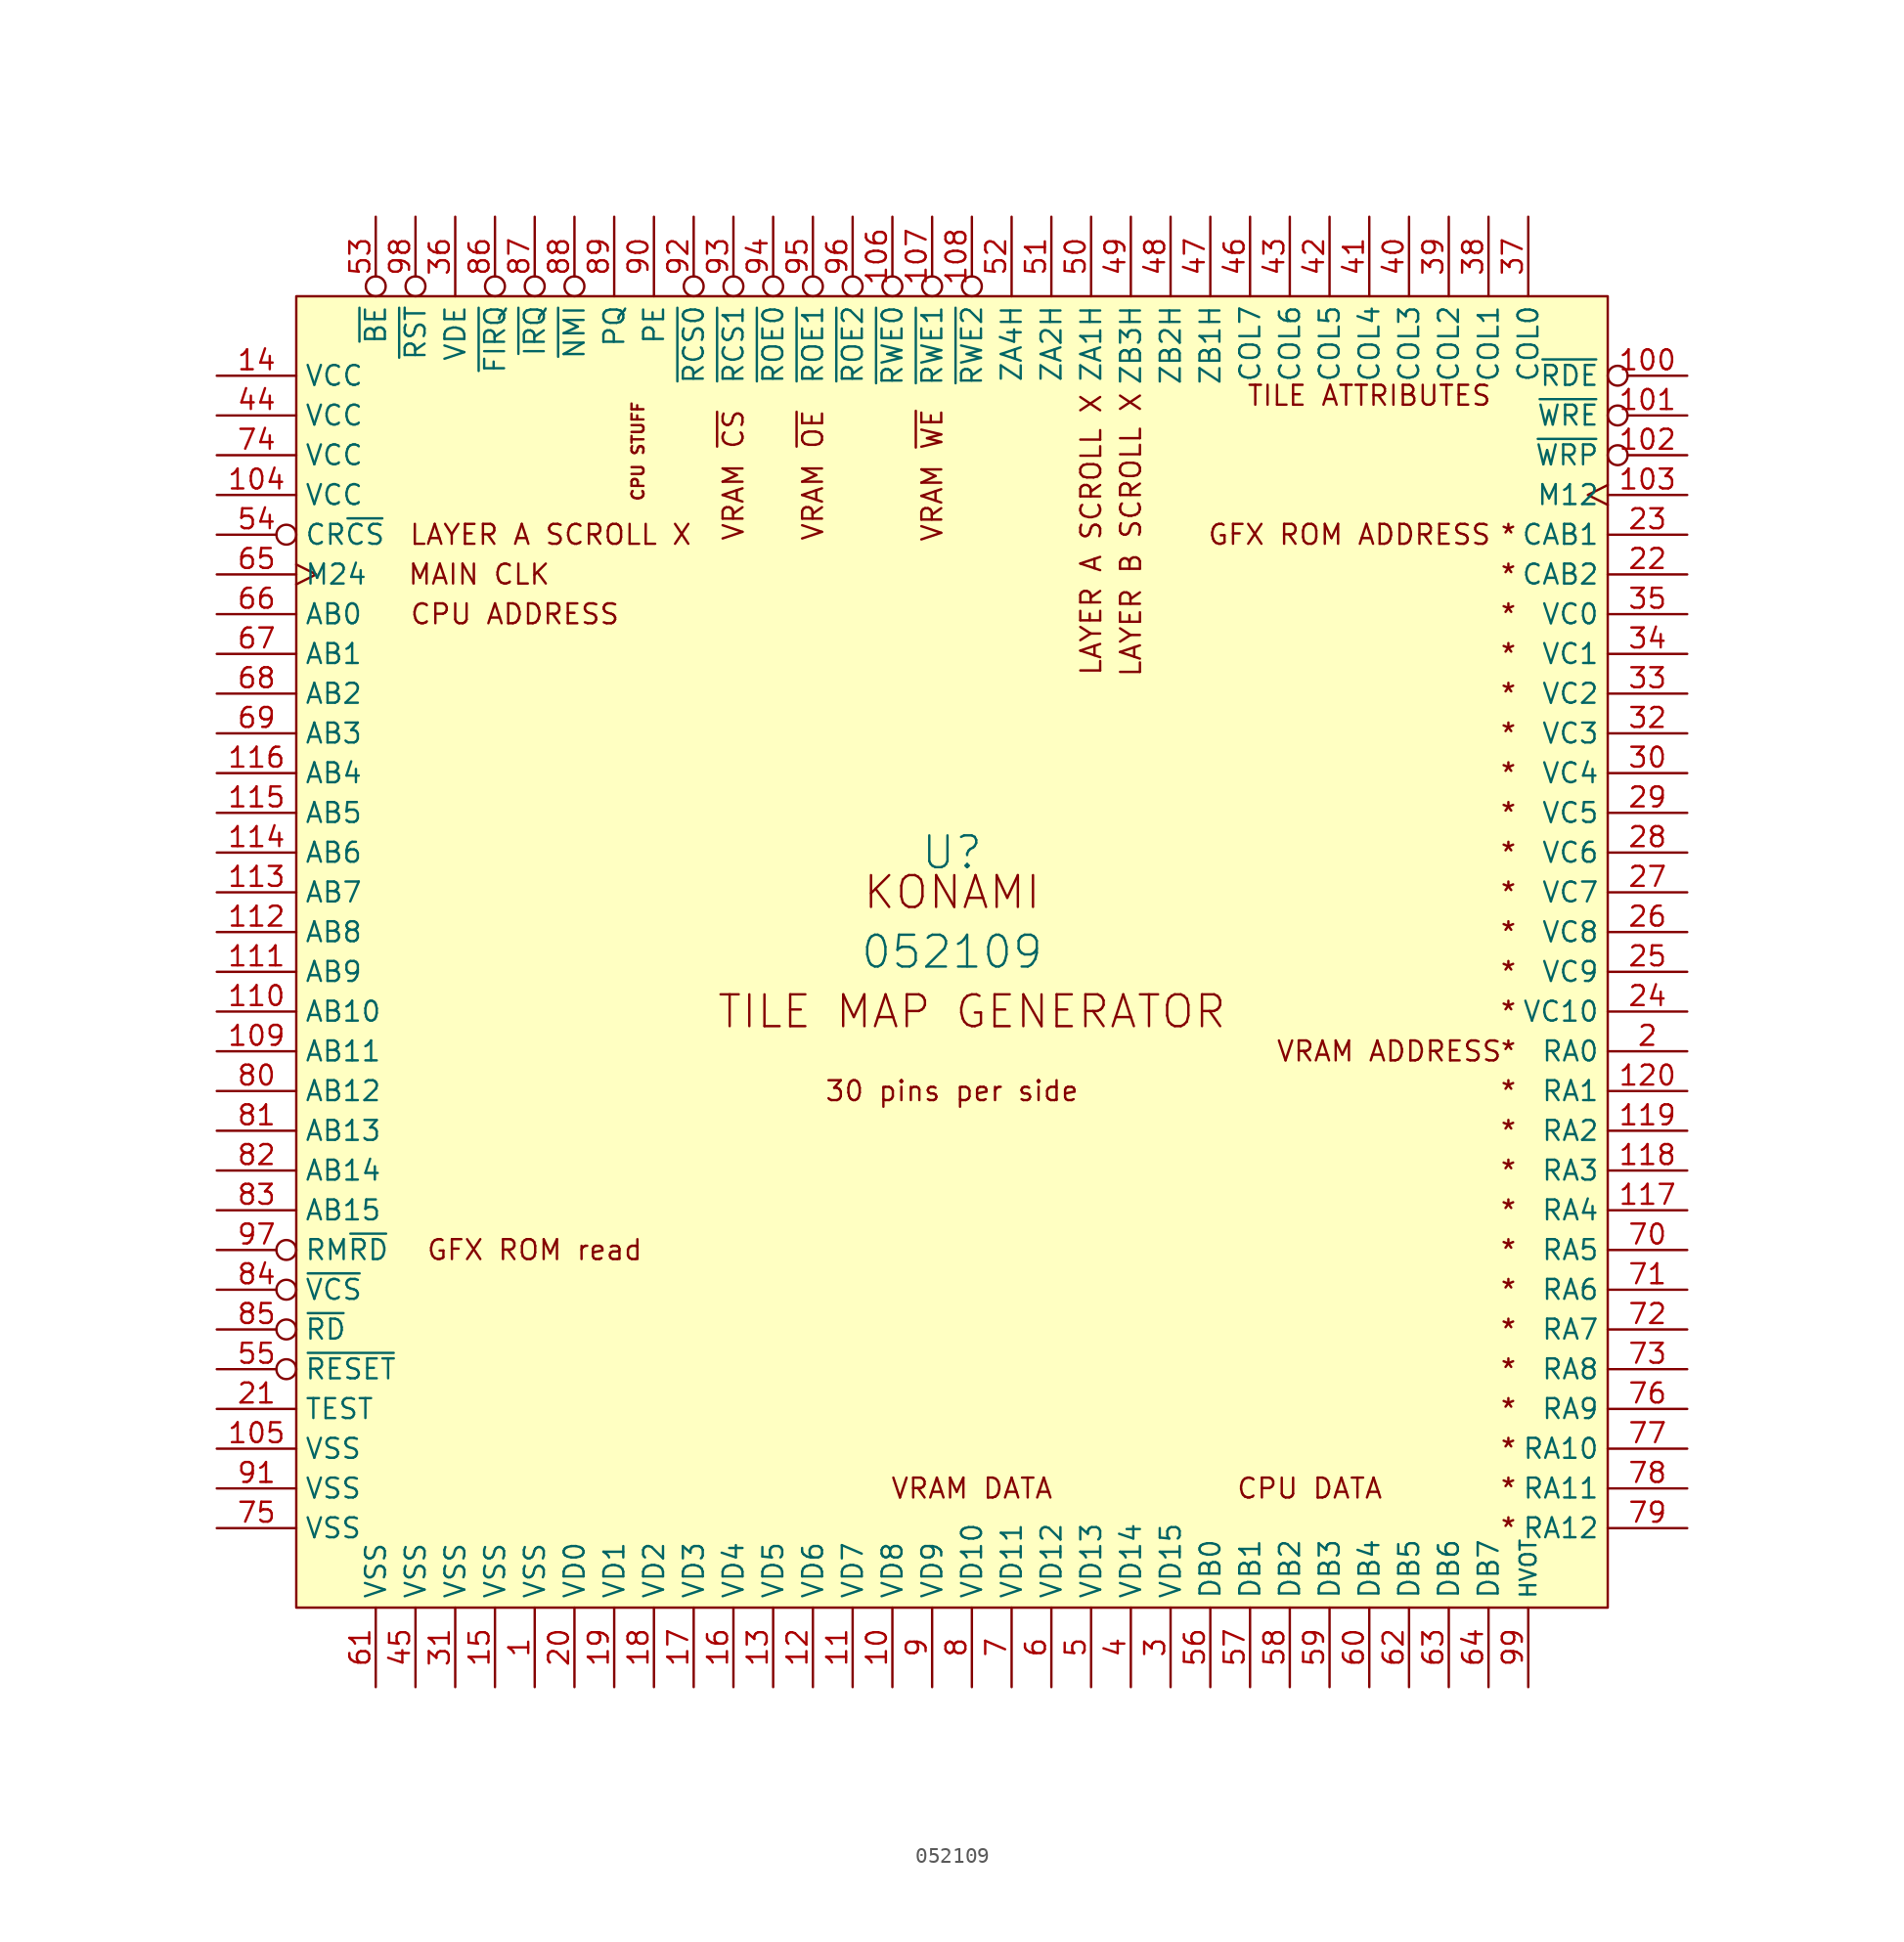
<source format=kicad_sym>
(kicad_symbol_lib
  (version 20231120)
  (generator "kicad_symbol_editor")
  (generator_version "8.0")
  (symbol "052109"
    (property "Reference" "U"
      (at 0 3.81 0)
      (effects (font (size 2.032 2.032))))
    (property "Value" "052109"
      (at 0 -2.54 0)
      (effects (font (size 2.032 2.032))))
    (symbol "052109_0_0"
      (text "*" (at 35.56 -39.37 0) (effects (font (size 1.27 1.27))))
      (text "*" (at 35.56 -36.83 0) (effects (font (size 1.27 1.27))))
      (text "*" (at 35.56 -34.29 0) (effects (font (size 1.27 1.27))))
      (text "*" (at 35.56 -31.75 0) (effects (font (size 1.27 1.27))))
      (text "*" (at 35.56 -29.21 0) (effects (font (size 1.27 1.27))))
      (text "*" (at 35.56 -26.67 0) (effects (font (size 1.27 1.27))))
      (text "*" (at 35.56 -24.13 0) (effects (font (size 1.27 1.27))))
      (text "*" (at 35.56 -21.59 0) (effects (font (size 1.27 1.27))))
      (text "*" (at 35.56 -19.05 0) (effects (font (size 1.27 1.27))))
      (text "*" (at 35.56 -16.51 0) (effects (font (size 1.27 1.27))))
      (text "*" (at 35.56 -13.97 0) (effects (font (size 1.27 1.27))))
      (text "*" (at 35.56 -11.43 0) (effects (font (size 1.27 1.27))))
      (text "*" (at 35.56 -8.89 0) (effects (font (size 1.27 1.27))))
      (text "*" (at 35.56 -6.35 0) (effects (font (size 1.27 1.27))))
      (text "*" (at 35.56 -3.81 0) (effects (font (size 1.27 1.27))))
      (text "*" (at 35.56 -1.27 0) (effects (font (size 1.27 1.27))))
      (text "*" (at 35.56 1.27 0) (effects (font (size 1.27 1.27))))
      (text "*" (at 35.56 3.81 0) (effects (font (size 1.27 1.27))))
      (text "*" (at 35.56 6.35 0) (effects (font (size 1.27 1.27))))
      (text "*" (at 35.56 8.89 0) (effects (font (size 1.27 1.27))))
      (text "*" (at 35.56 11.43 0) (effects (font (size 1.27 1.27))))
      (text "*" (at 35.56 13.97 0) (effects (font (size 1.27 1.27))))
      (text "*" (at 35.56 16.51 0) (effects (font (size 1.27 1.27))))
      (text "*" (at 35.56 19.05 0) (effects (font (size 1.27 1.27))))
      (text "*" (at 35.56 21.59 0) (effects (font (size 1.27 1.27))))
      (text "*" (at 35.56 24.13 0) (effects (font (size 1.27 1.27))))
      (text "CPU ADDRESS" (at -27.94 19.05 0) (effects (font (size 1.27 1.27))))
      (text "CPU DATA" (at 22.86 -36.83 0) (effects (font (size 1.27 1.27))))
      (text "CPU STUFF" (at -20.066 29.464 900) (effects (font (size 0.762 0.762))))
      (text "GFX ROM ADDRESS" (at 25.4 24.13 0) (effects (font (size 1.27 1.27))))
      (text "GFX ROM read" (at -26.67 -21.59 0) (effects (font (size 1.27 1.27))))
      (text "KONAMI" (at 0 1.27 0) (effects (font (size 2.032 2.032))))
      (text "LAYER A SCROLL X" (at -25.654 24.13 0) (effects (font (size 1.27 1.27))))
      (text "LAYER A SCROLL X" (at 8.89 24.13 900) (effects (font (size 1.27 1.27))))
      (text "LAYER B SCROLL X" (at 11.43 24.13 900) (effects (font (size 1.27 1.27))))
      (text "MAIN CLK" (at -30.226 21.59 0) (effects (font (size 1.27 1.27))))
      (text "TILE ATTRIBUTES" (at 26.67 33.02 0) (effects (font (size 1.27 1.27))))
      (text "TILE MAP GENERATOR" (at 1.27 -6.35 0) (effects (font (size 2.032 2.032))))
      (text "VRAM ADDRESS" (at 27.94 -8.89 0) (effects (font (size 1.27 1.27))))
      (text "VRAM DATA" (at 1.27 -36.83 0) (effects (font (size 1.27 1.27))))
      (text "VRAM ~{CS}" (at -13.97 27.94 900) (effects (font (size 1.27 1.27))))
      (text "VRAM ~{OE}" (at -8.89 27.94 900) (effects (font (size 1.27 1.27))))
      (text "VRAM ~{WE}" (at -1.27 27.94 900) (effects (font (size 1.27 1.27)))))
    (symbol "052109_0_1"
      (rectangle (start -41.91 39.37) (end 41.91 -44.45) (stroke (width 0.152) (type default)) (fill (type background))))
    (symbol "052109_1_1"
      (text "30 pins per side" (at 0 -11.43 0) (effects (font (size 1.27 1.27))))
      (pin power_in line (at -26.67 -49.53 90) (length 5.08) (name "VSS" (effects (font (size 1.27 1.27)))) (number "1" (effects (font (size 1.27 1.27)))))
      (pin bidirectional line (at -3.81 -49.53 90) (length 5.08) (name "VD8" (effects (font (size 1.27 1.27)))) (number "10" (effects (font (size 1.27 1.27)))))
      (pin output inverted (at 46.99 34.29 180) (length 5.08) (name "~{RDE}" (effects (font (size 1.27 1.27)))) (number "100" (effects (font (size 1.27 1.27)))))
      (pin output inverted (at 46.99 31.75 180) (length 5.08) (name "~{WRE}" (effects (font (size 1.27 1.27)))) (number "101" (effects (font (size 1.27 1.27)))))
      (pin output inverted (at 46.99 29.21 180) (length 5.08) (name "~{WRP}" (effects (font (size 1.27 1.27)))) (number "102" (effects (font (size 1.27 1.27)))))
      (pin output clock (at 46.99 26.67 180) (length 5.08) (name "M12" (effects (font (size 1.27 1.27)))) (number "103" (effects (font (size 1.27 1.27)))))
      (pin power_in line (at -46.99 26.67 0) (length 5.08) (name "VCC" (effects (font (size 1.27 1.27)))) (number "104" (effects (font (size 1.27 1.27)))))
      (pin power_in line (at -46.99 -34.29 0) (length 5.08) (name "VSS" (effects (font (size 1.27 1.27)))) (number "105" (effects (font (size 1.27 1.27)))))
      (pin output inverted (at -3.81 44.45 270) (length 5.08) (name "~{RWE0}" (effects (font (size 1.27 1.27)))) (number "106" (effects (font (size 1.27 1.27)))))
      (pin output inverted (at -1.27 44.45 270) (length 5.08) (name "~{RWE1}" (effects (font (size 1.27 1.27)))) (number "107" (effects (font (size 1.27 1.27)))))
      (pin output inverted (at 1.27 44.45 270) (length 5.08) (name "~{RWE2}" (effects (font (size 1.27 1.27)))) (number "108" (effects (font (size 1.27 1.27)))))
      (pin input line (at -46.99 -8.89 0) (length 5.08) (name "AB11" (effects (font (size 1.27 1.27)))) (number "109" (effects (font (size 1.27 1.27)))))
      (pin bidirectional line (at -6.35 -49.53 90) (length 5.08) (name "VD7" (effects (font (size 1.27 1.27)))) (number "11" (effects (font (size 1.27 1.27)))))
      (pin input line (at -46.99 -6.35 0) (length 5.08) (name "AB10" (effects (font (size 1.27 1.27)))) (number "110" (effects (font (size 1.27 1.27)))))
      (pin input line (at -46.99 -3.81 0) (length 5.08) (name "AB9" (effects (font (size 1.27 1.27)))) (number "111" (effects (font (size 1.27 1.27)))))
      (pin input line (at -46.99 -1.27 0) (length 5.08) (name "AB8" (effects (font (size 1.27 1.27)))) (number "112" (effects (font (size 1.27 1.27)))))
      (pin input line (at -46.99 1.27 0) (length 5.08) (name "AB7" (effects (font (size 1.27 1.27)))) (number "113" (effects (font (size 1.27 1.27)))))
      (pin input line (at -46.99 3.81 0) (length 5.08) (name "AB6" (effects (font (size 1.27 1.27)))) (number "114" (effects (font (size 1.27 1.27)))))
      (pin input line (at -46.99 6.35 0) (length 5.08) (name "AB5" (effects (font (size 1.27 1.27)))) (number "115" (effects (font (size 1.27 1.27)))))
      (pin input line (at -46.99 8.89 0) (length 5.08) (name "AB4" (effects (font (size 1.27 1.27)))) (number "116" (effects (font (size 1.27 1.27)))))
      (pin output line (at 46.99 -19.05 180) (length 5.08) (name "RA4" (effects (font (size 1.27 1.27)))) (number "117" (effects (font (size 1.27 1.27)))))
      (pin output line (at 46.99 -16.51 180) (length 5.08) (name "RA3" (effects (font (size 1.27 1.27)))) (number "118" (effects (font (size 1.27 1.27)))))
      (pin output line (at 46.99 -13.97 180) (length 5.08) (name "RA2" (effects (font (size 1.27 1.27)))) (number "119" (effects (font (size 1.27 1.27)))))
      (pin bidirectional line (at -8.89 -49.53 90) (length 5.08) (name "VD6" (effects (font (size 1.27 1.27)))) (number "12" (effects (font (size 1.27 1.27)))))
      (pin output line (at 46.99 -11.43 180) (length 5.08) (name "RA1" (effects (font (size 1.27 1.27)))) (number "120" (effects (font (size 1.27 1.27)))))
      (pin bidirectional line (at -11.43 -49.53 90) (length 5.08) (name "VD5" (effects (font (size 1.27 1.27)))) (number "13" (effects (font (size 1.27 1.27)))))
      (pin power_in line (at -46.99 34.29 0) (length 5.08) (name "VCC" (effects (font (size 1.27 1.27)))) (number "14" (effects (font (size 1.27 1.27)))))
      (pin power_in line (at -29.21 -49.53 90) (length 5.08) (name "VSS" (effects (font (size 1.27 1.27)))) (number "15" (effects (font (size 1.27 1.27)))))
      (pin bidirectional line (at -13.97 -49.53 90) (length 5.08) (name "VD4" (effects (font (size 1.27 1.27)))) (number "16" (effects (font (size 1.27 1.27)))))
      (pin bidirectional line (at -16.51 -49.53 90) (length 5.08) (name "VD3" (effects (font (size 1.27 1.27)))) (number "17" (effects (font (size 1.27 1.27)))))
      (pin bidirectional line (at -19.05 -49.53 90) (length 5.08) (name "VD2" (effects (font (size 1.27 1.27)))) (number "18" (effects (font (size 1.27 1.27)))))
      (pin bidirectional line (at -21.59 -49.53 90) (length 5.08) (name "VD1" (effects (font (size 1.27 1.27)))) (number "19" (effects (font (size 1.27 1.27)))))
      (pin output line (at 46.99 -8.89 180) (length 5.08) (name "RA0" (effects (font (size 1.27 1.27)))) (number "2" (effects (font (size 1.27 1.27)))))
      (pin bidirectional line (at -24.13 -49.53 90) (length 5.08) (name "VD0" (effects (font (size 1.27 1.27)))) (number "20" (effects (font (size 1.27 1.27)))))
      (pin input line (at -46.99 -31.75 0) (length 5.08) (name "TEST" (effects (font (size 1.27 1.27)))) (number "21" (effects (font (size 1.27 1.27)))))
      (pin output line (at 46.99 21.59 180) (length 5.08) (name "CAB2" (effects (font (size 1.27 1.27)))) (number "22" (effects (font (size 1.27 1.27)))))
      (pin output line (at 46.99 24.13 180) (length 5.08) (name "CAB1" (effects (font (size 1.27 1.27)))) (number "23" (effects (font (size 1.27 1.27)))))
      (pin output line (at 46.99 -6.35 180) (length 5.08) (name "VC10" (effects (font (size 1.27 1.27)))) (number "24" (effects (font (size 1.27 1.27)))))
      (pin output line (at 46.99 -3.81 180) (length 5.08) (name "VC9" (effects (font (size 1.27 1.27)))) (number "25" (effects (font (size 1.27 1.27)))))
      (pin output line (at 46.99 -1.27 180) (length 5.08) (name "VC8" (effects (font (size 1.27 1.27)))) (number "26" (effects (font (size 1.27 1.27)))))
      (pin output line (at 46.99 1.27 180) (length 5.08) (name "VC7" (effects (font (size 1.27 1.27)))) (number "27" (effects (font (size 1.27 1.27)))))
      (pin output line (at 46.99 3.81 180) (length 5.08) (name "VC6" (effects (font (size 1.27 1.27)))) (number "28" (effects (font (size 1.27 1.27)))))
      (pin output line (at 46.99 6.35 180) (length 5.08) (name "VC5" (effects (font (size 1.27 1.27)))) (number "29" (effects (font (size 1.27 1.27)))))
      (pin bidirectional line (at 13.97 -49.53 90) (length 5.08) (name "VD15" (effects (font (size 1.27 1.27)))) (number "3" (effects (font (size 1.27 1.27)))))
      (pin output line (at 46.99 8.89 180) (length 5.08) (name "VC4" (effects (font (size 1.27 1.27)))) (number "30" (effects (font (size 1.27 1.27)))))
      (pin power_in line (at -31.75 -49.53 90) (length 5.08) (name "VSS" (effects (font (size 1.27 1.27)))) (number "31" (effects (font (size 1.27 1.27)))))
      (pin output line (at 46.99 11.43 180) (length 5.08) (name "VC3" (effects (font (size 1.27 1.27)))) (number "32" (effects (font (size 1.27 1.27)))))
      (pin output line (at 46.99 13.97 180) (length 5.08) (name "VC2" (effects (font (size 1.27 1.27)))) (number "33" (effects (font (size 1.27 1.27)))))
      (pin output line (at 46.99 16.51 180) (length 5.08) (name "VC1" (effects (font (size 1.27 1.27)))) (number "34" (effects (font (size 1.27 1.27)))))
      (pin output line (at 46.99 19.05 180) (length 5.08) (name "VC0" (effects (font (size 1.27 1.27)))) (number "35" (effects (font (size 1.27 1.27)))))
      (pin output line (at -31.75 44.45 270) (length 5.08) (name "VDE" (effects (font (size 1.27 1.27)))) (number "36" (effects (font (size 1.27 1.27)))))
      (pin output line (at 36.83 44.45 270) (length 5.08) (name "COL0" (effects (font (size 1.27 1.27)))) (number "37" (effects (font (size 1.27 1.27)))))
      (pin output line (at 34.29 44.45 270) (length 5.08) (name "COL1" (effects (font (size 1.27 1.27)))) (number "38" (effects (font (size 1.27 1.27)))))
      (pin output line (at 31.75 44.45 270) (length 5.08) (name "COL2" (effects (font (size 1.27 1.27)))) (number "39" (effects (font (size 1.27 1.27)))))
      (pin bidirectional line (at 11.43 -49.53 90) (length 5.08) (name "VD14" (effects (font (size 1.27 1.27)))) (number "4" (effects (font (size 1.27 1.27)))))
      (pin output line (at 29.21 44.45 270) (length 5.08) (name "COL3" (effects (font (size 1.27 1.27)))) (number "40" (effects (font (size 1.27 1.27)))))
      (pin output line (at 26.67 44.45 270) (length 5.08) (name "COL4" (effects (font (size 1.27 1.27)))) (number "41" (effects (font (size 1.27 1.27)))))
      (pin output line (at 24.13 44.45 270) (length 5.08) (name "COL5" (effects (font (size 1.27 1.27)))) (number "42" (effects (font (size 1.27 1.27)))))
      (pin output line (at 21.59 44.45 270) (length 5.08) (name "COL6" (effects (font (size 1.27 1.27)))) (number "43" (effects (font (size 1.27 1.27)))))
      (pin power_in line (at -46.99 31.75 0) (length 5.08) (name "VCC" (effects (font (size 1.27 1.27)))) (number "44" (effects (font (size 1.27 1.27)))))
      (pin power_in line (at -34.29 -49.53 90) (length 5.08) (name "VSS" (effects (font (size 1.27 1.27)))) (number "45" (effects (font (size 1.27 1.27)))))
      (pin output line (at 19.05 44.45 270) (length 5.08) (name "COL7" (effects (font (size 1.27 1.27)))) (number "46" (effects (font (size 1.27 1.27)))))
      (pin output line (at 16.51 44.45 270) (length 5.08) (name "ZB1H" (effects (font (size 1.27 1.27)))) (number "47" (effects (font (size 1.27 1.27)))))
      (pin output line (at 13.97 44.45 270) (length 5.08) (name "ZB2H" (effects (font (size 1.27 1.27)))) (number "48" (effects (font (size 1.27 1.27)))))
      (pin output line (at 11.43 44.45 270) (length 5.08) (name "ZB3H" (effects (font (size 1.27 1.27)))) (number "49" (effects (font (size 1.27 1.27)))))
      (pin bidirectional line (at 8.89 -49.53 90) (length 5.08) (name "VD13" (effects (font (size 1.27 1.27)))) (number "5" (effects (font (size 1.27 1.27)))))
      (pin output line (at 8.89 44.45 270) (length 5.08) (name "ZA1H" (effects (font (size 1.27 1.27)))) (number "50" (effects (font (size 1.27 1.27)))))
      (pin output line (at 6.35 44.45 270) (length 5.08) (name "ZA2H" (effects (font (size 1.27 1.27)))) (number "51" (effects (font (size 1.27 1.27)))))
      (pin output line (at 3.81 44.45 270) (length 5.08) (name "ZA4H" (effects (font (size 1.27 1.27)))) (number "52" (effects (font (size 1.27 1.27)))))
      (pin output inverted (at -36.83 44.45 270) (length 5.08) (name "~{BE}" (effects (font (size 1.27 1.27)))) (number "53" (effects (font (size 1.27 1.27)))))
      (pin input inverted (at -46.99 24.13 0) (length 5.08) (name "CR~{CS}" (effects (font (size 1.27 1.27)))) (number "54" (effects (font (size 1.27 1.27)))))
      (pin input inverted (at -46.99 -29.21 0) (length 5.08) (name "~{RESET}" (effects (font (size 1.27 1.27)))) (number "55" (effects (font (size 1.27 1.27)))))
      (pin bidirectional line (at 16.51 -49.53 90) (length 5.08) (name "DB0" (effects (font (size 1.27 1.27)))) (number "56" (effects (font (size 1.27 1.27)))))
      (pin bidirectional line (at 19.05 -49.53 90) (length 5.08) (name "DB1" (effects (font (size 1.27 1.27)))) (number "57" (effects (font (size 1.27 1.27)))))
      (pin bidirectional line (at 21.59 -49.53 90) (length 5.08) (name "DB2" (effects (font (size 1.27 1.27)))) (number "58" (effects (font (size 1.27 1.27)))))
      (pin bidirectional line (at 24.13 -49.53 90) (length 5.08) (name "DB3" (effects (font (size 1.27 1.27)))) (number "59" (effects (font (size 1.27 1.27)))))
      (pin bidirectional line (at 6.35 -49.53 90) (length 5.08) (name "VD12" (effects (font (size 1.27 1.27)))) (number "6" (effects (font (size 1.27 1.27)))))
      (pin bidirectional line (at 26.67 -49.53 90) (length 5.08) (name "DB4" (effects (font (size 1.27 1.27)))) (number "60" (effects (font (size 1.27 1.27)))))
      (pin power_in line (at -36.83 -49.53 90) (length 5.08) (name "VSS" (effects (font (size 1.27 1.27)))) (number "61" (effects (font (size 1.27 1.27)))))
      (pin bidirectional line (at 29.21 -49.53 90) (length 5.08) (name "DB5" (effects (font (size 1.27 1.27)))) (number "62" (effects (font (size 1.27 1.27)))))
      (pin bidirectional line (at 31.75 -49.53 90) (length 5.08) (name "DB6" (effects (font (size 1.27 1.27)))) (number "63" (effects (font (size 1.27 1.27)))))
      (pin bidirectional line (at 34.29 -49.53 90) (length 5.08) (name "DB7" (effects (font (size 1.27 1.27)))) (number "64" (effects (font (size 1.27 1.27)))))
      (pin input clock (at -46.99 21.59 0) (length 5.08) (name "M24" (effects (font (size 1.27 1.27)))) (number "65" (effects (font (size 1.27 1.27)))))
      (pin input line (at -46.99 19.05 0) (length 5.08) (name "AB0" (effects (font (size 1.27 1.27)))) (number "66" (effects (font (size 1.27 1.27)))))
      (pin input line (at -46.99 16.51 0) (length 5.08) (name "AB1" (effects (font (size 1.27 1.27)))) (number "67" (effects (font (size 1.27 1.27)))))
      (pin input line (at -46.99 13.97 0) (length 5.08) (name "AB2" (effects (font (size 1.27 1.27)))) (number "68" (effects (font (size 1.27 1.27)))))
      (pin input line (at -46.99 11.43 0) (length 5.08) (name "AB3" (effects (font (size 1.27 1.27)))) (number "69" (effects (font (size 1.27 1.27)))))
      (pin bidirectional line (at 3.81 -49.53 90) (length 5.08) (name "VD11" (effects (font (size 1.27 1.27)))) (number "7" (effects (font (size 1.27 1.27)))))
      (pin output line (at 46.99 -21.59 180) (length 5.08) (name "RA5" (effects (font (size 1.27 1.27)))) (number "70" (effects (font (size 1.27 1.27)))))
      (pin output line (at 46.99 -24.13 180) (length 5.08) (name "RA6" (effects (font (size 1.27 1.27)))) (number "71" (effects (font (size 1.27 1.27)))))
      (pin output line (at 46.99 -26.67 180) (length 5.08) (name "RA7" (effects (font (size 1.27 1.27)))) (number "72" (effects (font (size 1.27 1.27)))))
      (pin output line (at 46.99 -29.21 180) (length 5.08) (name "RA8" (effects (font (size 1.27 1.27)))) (number "73" (effects (font (size 1.27 1.27)))))
      (pin power_in line (at -46.99 29.21 0) (length 5.08) (name "VCC" (effects (font (size 1.27 1.27)))) (number "74" (effects (font (size 1.27 1.27)))))
      (pin power_in line (at -46.99 -39.37 0) (length 5.08) (name "VSS" (effects (font (size 1.27 1.27)))) (number "75" (effects (font (size 1.27 1.27)))))
      (pin output line (at 46.99 -31.75 180) (length 5.08) (name "RA9" (effects (font (size 1.27 1.27)))) (number "76" (effects (font (size 1.27 1.27)))))
      (pin output line (at 46.99 -34.29 180) (length 5.08) (name "RA10" (effects (font (size 1.27 1.27)))) (number "77" (effects (font (size 1.27 1.27)))))
      (pin output line (at 46.99 -36.83 180) (length 5.08) (name "RA11" (effects (font (size 1.27 1.27)))) (number "78" (effects (font (size 1.27 1.27)))))
      (pin output line (at 46.99 -39.37 180) (length 5.08) (name "RA12" (effects (font (size 1.27 1.27)))) (number "79" (effects (font (size 1.27 1.27)))))
      (pin bidirectional line (at 1.27 -49.53 90) (length 5.08) (name "VD10" (effects (font (size 1.27 1.27)))) (number "8" (effects (font (size 1.27 1.27)))))
      (pin input line (at -46.99 -11.43 0) (length 5.08) (name "AB12" (effects (font (size 1.27 1.27)))) (number "80" (effects (font (size 1.27 1.27)))))
      (pin input line (at -46.99 -13.97 0) (length 5.08) (name "AB13" (effects (font (size 1.27 1.27)))) (number "81" (effects (font (size 1.27 1.27)))))
      (pin input line (at -46.99 -16.51 0) (length 5.08) (name "AB14" (effects (font (size 1.27 1.27)))) (number "82" (effects (font (size 1.27 1.27)))))
      (pin input line (at -46.99 -19.05 0) (length 5.08) (name "AB15" (effects (font (size 1.27 1.27)))) (number "83" (effects (font (size 1.27 1.27)))))
      (pin input inverted (at -46.99 -24.13 0) (length 5.08) (name "~{VCS}" (effects (font (size 1.27 1.27)))) (number "84" (effects (font (size 1.27 1.27)))))
      (pin input inverted (at -46.99 -26.67 0) (length 5.08) (name "~{RD}" (effects (font (size 1.27 1.27)))) (number "85" (effects (font (size 1.27 1.27)))))
      (pin output inverted (at -29.21 44.45 270) (length 5.08) (name "~{FIRQ}" (effects (font (size 1.27 1.27)))) (number "86" (effects (font (size 1.27 1.27)))))
      (pin output inverted (at -26.67 44.45 270) (length 5.08) (name "~{IRQ}" (effects (font (size 1.27 1.27)))) (number "87" (effects (font (size 1.27 1.27)))))
      (pin output inverted (at -24.13 44.45 270) (length 5.08) (name "~{NMI}" (effects (font (size 1.27 1.27)))) (number "88" (effects (font (size 1.27 1.27)))))
      (pin output line (at -21.59 44.45 270) (length 5.08) (name "PQ" (effects (font (size 1.27 1.27)))) (number "89" (effects (font (size 1.27 1.27)))))
      (pin bidirectional line (at -1.27 -49.53 90) (length 5.08) (name "VD9" (effects (font (size 1.27 1.27)))) (number "9" (effects (font (size 1.27 1.27)))))
      (pin output line (at -19.05 44.45 270) (length 5.08) (name "PE" (effects (font (size 1.27 1.27)))) (number "90" (effects (font (size 1.27 1.27)))))
      (pin power_in line (at -46.99 -36.83 0) (length 5.08) (name "VSS" (effects (font (size 1.27 1.27)))) (number "91" (effects (font (size 1.27 1.27)))))
      (pin output inverted (at -16.51 44.45 270) (length 5.08) (name "~{RCS0}" (effects (font (size 1.27 1.27)))) (number "92" (effects (font (size 1.27 1.27)))))
      (pin output inverted (at -13.97 44.45 270) (length 5.08) (name "~{RCS1}" (effects (font (size 1.27 1.27)))) (number "93" (effects (font (size 1.27 1.27)))))
      (pin output inverted (at -11.43 44.45 270) (length 5.08) (name "~{ROE0}" (effects (font (size 1.27 1.27)))) (number "94" (effects (font (size 1.27 1.27)))))
      (pin output inverted (at -8.89 44.45 270) (length 5.08) (name "~{ROE1}" (effects (font (size 1.27 1.27)))) (number "95" (effects (font (size 1.27 1.27)))))
      (pin output inverted (at -6.35 44.45 270) (length 5.08) (name "~{ROE2}" (effects (font (size 1.27 1.27)))) (number "96" (effects (font (size 1.27 1.27)))))
      (pin input inverted (at -46.99 -21.59 0) (length 5.08) (name "RM~{RD}" (effects (font (size 1.27 1.27)))) (number "97" (effects (font (size 1.27 1.27)))))
      (pin output inverted (at -34.29 44.45 270) (length 5.08) (name "~{RST}" (effects (font (size 1.27 1.27)))) (number "98" (effects (font (size 1.27 1.27)))))
      (pin output line (at 36.83 -49.53 90) (length 5.08) (name "HVOT" (effects (font (size 1.016 1.016)))) (number "99" (effects (font (size 1.27 1.27))))))))
</source>
